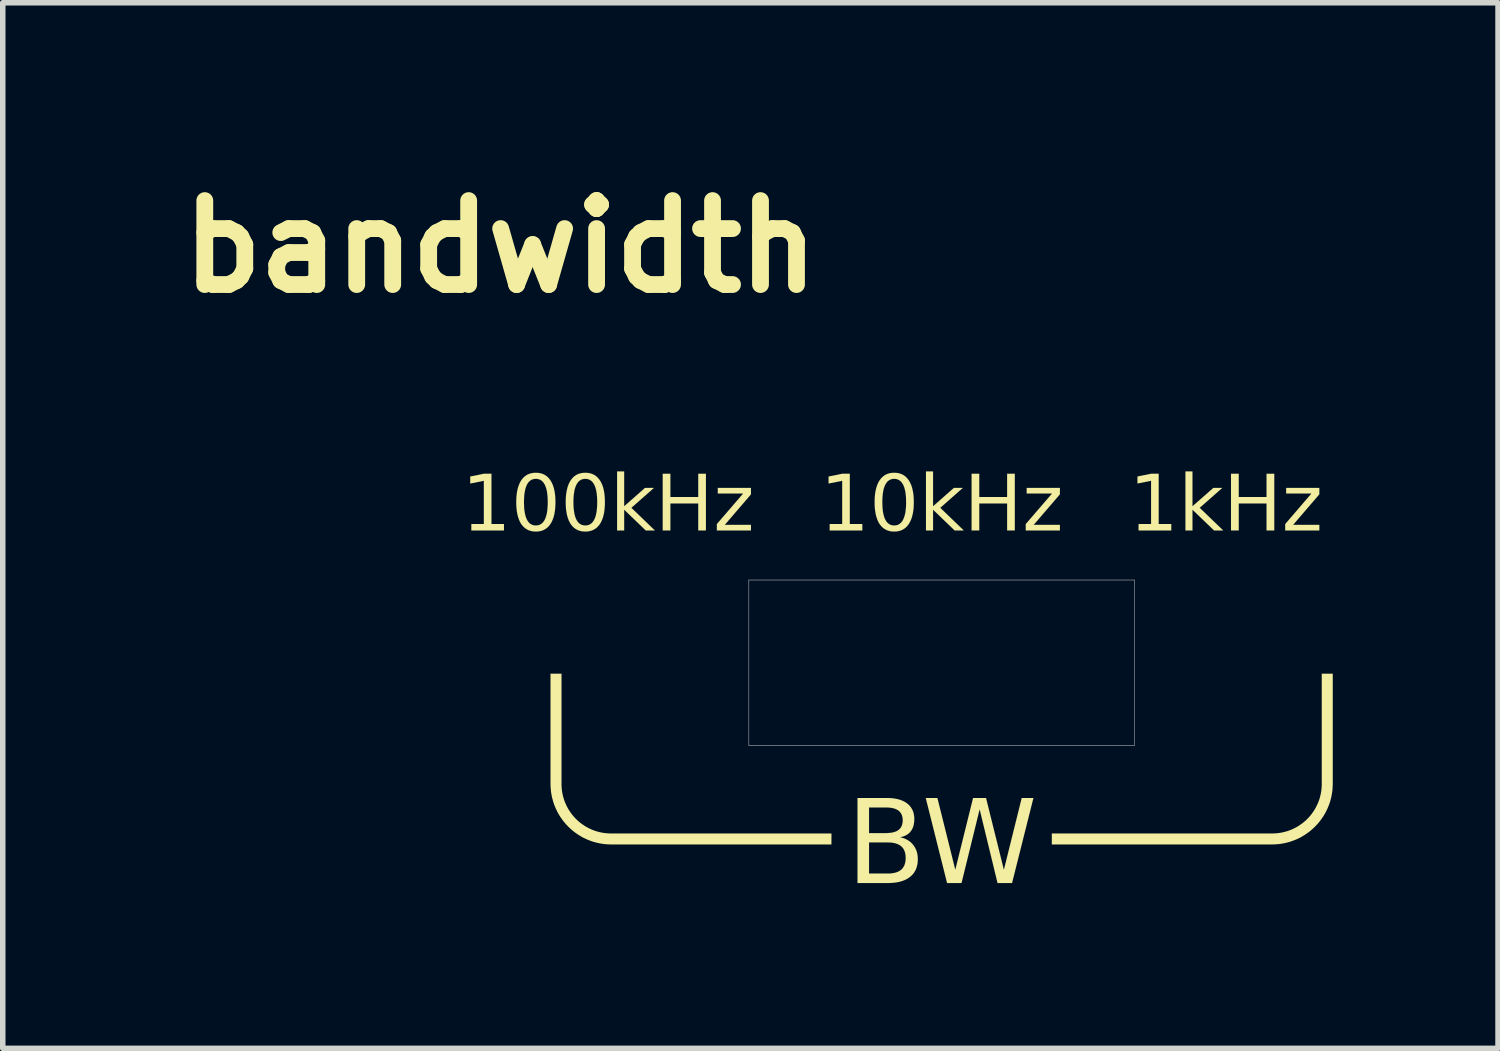
<source format=kicad_pcb>
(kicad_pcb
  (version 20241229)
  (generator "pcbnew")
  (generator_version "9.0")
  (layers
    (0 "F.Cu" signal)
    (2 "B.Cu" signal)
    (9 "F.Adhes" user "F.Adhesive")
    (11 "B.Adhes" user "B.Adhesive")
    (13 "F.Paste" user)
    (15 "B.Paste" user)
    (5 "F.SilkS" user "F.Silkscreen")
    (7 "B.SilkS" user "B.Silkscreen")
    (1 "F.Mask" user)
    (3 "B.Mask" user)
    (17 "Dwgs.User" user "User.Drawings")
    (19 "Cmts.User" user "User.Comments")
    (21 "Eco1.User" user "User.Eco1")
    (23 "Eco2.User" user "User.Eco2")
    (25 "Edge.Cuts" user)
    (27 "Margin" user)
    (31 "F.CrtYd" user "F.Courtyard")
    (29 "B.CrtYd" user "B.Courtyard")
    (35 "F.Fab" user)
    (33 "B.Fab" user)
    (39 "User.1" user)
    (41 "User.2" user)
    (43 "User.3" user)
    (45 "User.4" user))
  (footprint "bandwidth"
    (layer "F.Cu")
    (at 6.038 4.474)
    (property "Reference" "bandwidth" (at 0 -3.048 0) (layer "F.SilkS") (effects (font (size 1.524 1.524) (thickness 0.305))))
    (attr exclude_from_pos_files exclude_from_bom)
    (fp_poly (pts (xy 3.942 1.333) (xy 4.544 1.333) (xy 4.544 1.449) (xy 4.068 2.004) (xy 4.544 2.004) (xy 4.544 2.105) (xy 3.925 2.105) (xy 3.925 1.989) (xy 4.402 1.435) (xy 3.942 1.435) (xy 3.942 1.333)) (stroke (width 0.001) (type solid)) (fill yes) (layer "F.SilkS"))
    (fp_poly (pts (xy 9.549 1.333) (xy 10.152 1.333) (xy 10.152 1.449) (xy 9.675 2.004) (xy 10.152 2.004) (xy 10.152 2.105) (xy 9.532 2.105) (xy 9.532 1.989) (xy 10.009 1.435) (xy 9.549 1.435) (xy 9.549 1.333)) (stroke (width 0.001) (type solid)) (fill yes) (layer "F.SilkS"))
    (fp_poly (pts (xy 14.259 1.333) (xy 14.861 1.333) (xy 14.861 1.449) (xy 14.384 2.004) (xy 14.861 2.004) (xy 14.861 2.105) (xy 14.242 2.105) (xy 14.242 1.989) (xy 14.718 1.435) (xy 14.259 1.435) (xy 14.259 1.333)) (stroke (width 0.001) (type solid)) (fill yes) (layer "F.SilkS"))
    (fp_poly (pts (xy -0.532 1.988) (xy -0.305 1.988) (xy -0.305 1.203) (xy -0.552 1.253) (xy -0.552 1.126) (xy -0.306 1.076) (xy -0.167 1.076) (xy -0.167 1.988) (xy 0.06 1.988) (xy 0.06 2.105) (xy -0.532 2.105) (xy -0.532 1.988)) (stroke (width 0.001) (type solid)) (fill yes) (layer "F.SilkS"))
    (fp_poly (pts (xy 2.114 1.033) (xy 2.242 1.033) (xy 2.242 1.666) (xy 2.62 1.333) (xy 2.782 1.333) (xy 2.373 1.694) (xy 2.799 2.105) (xy 2.634 2.105) (xy 2.242 1.728) (xy 2.242 2.105) (xy 2.114 2.105) (xy 2.114 1.033)) (stroke (width 0.001) (type solid)) (fill yes) (layer "F.SilkS"))
    (fp_poly (pts (xy 5.973 1.988) (xy 6.2 1.988) (xy 6.2 1.203) (xy 5.953 1.253) (xy 5.953 1.126) (xy 6.199 1.076) (xy 6.338 1.076) (xy 6.338 1.988) (xy 6.565 1.988) (xy 6.565 2.105) (xy 5.973 2.105) (xy 5.973 1.988)) (stroke (width 0.001) (type solid)) (fill yes) (layer "F.SilkS"))
    (fp_poly (pts (xy 7.721 1.033) (xy 7.849 1.033) (xy 7.849 1.666) (xy 8.227 1.333) (xy 8.389 1.333) (xy 7.98 1.694) (xy 8.406 2.105) (xy 8.241 2.105) (xy 7.849 1.728) (xy 7.849 2.105) (xy 7.721 2.105) (xy 7.721 1.033)) (stroke (width 0.001) (type solid)) (fill yes) (layer "F.SilkS"))
    (fp_poly (pts (xy 11.58 1.988) (xy 11.807 1.988) (xy 11.807 1.203) (xy 11.56 1.253) (xy 11.56 1.126) (xy 11.806 1.076) (xy 11.945 1.076) (xy 11.945 1.988) (xy 12.173 1.988) (xy 12.173 2.105) (xy 11.58 2.105) (xy 11.58 1.988)) (stroke (width 0.001) (type solid)) (fill yes) (layer "F.SilkS"))
    (fp_poly (pts (xy 12.431 1.033) (xy 12.558 1.033) (xy 12.558 1.666) (xy 12.937 1.333) (xy 13.099 1.333) (xy 12.689 1.694) (xy 13.116 2.105) (xy 12.95 2.105) (xy 12.558 1.728) (xy 12.558 2.105) (xy 12.431 2.105) (xy 12.431 1.033)) (stroke (width 0.001) (type solid)) (fill yes) (layer "F.SilkS"))
    (fp_poly (pts (xy 2.942 1.076) (xy 3.081 1.076) (xy 3.081 1.498) (xy 3.587 1.498) (xy 3.587 1.076) (xy 3.726 1.076) (xy 3.726 2.105) (xy 3.587 2.105) (xy 3.587 1.615) (xy 3.081 1.615) (xy 3.081 2.105) (xy 2.942 2.105) (xy 2.942 1.076)) (stroke (width 0.001) (type solid)) (fill yes) (layer "F.SilkS"))
    (fp_poly (pts (xy 8.549 1.076) (xy 8.688 1.076) (xy 8.688 1.498) (xy 9.194 1.498) (xy 9.194 1.076) (xy 9.333 1.076) (xy 9.333 2.105) (xy 9.194 2.105) (xy 9.194 1.615) (xy 8.688 1.615) (xy 8.688 2.105) (xy 8.549 2.105) (xy 8.549 1.076)) (stroke (width 0.001) (type solid)) (fill yes) (layer "F.SilkS"))
    (fp_poly (pts (xy 13.258 1.076) (xy 13.398 1.076) (xy 13.398 1.498) (xy 13.903 1.498) (xy 13.903 1.076) (xy 14.043 1.076) (xy 14.043 2.105) (xy 13.903 2.105) (xy 13.903 1.615) (xy 13.398 1.615) (xy 13.398 2.105) (xy 13.258 2.105) (xy 13.258 1.076)) (stroke (width 0.001) (type solid)) (fill yes) (layer "F.SilkS"))
    (fp_poly (pts (xy 7.717 6.962) (xy 7.928 6.962) (xy 8.253 8.266) (xy 8.576 6.962) (xy 8.811 6.962) (xy 9.135 8.266) (xy 9.459 6.962) (xy 9.671 6.962) (xy 9.283 8.505) (xy 9.02 8.505) (xy 8.695 7.166) (xy 8.366 8.505) (xy 8.104 8.505) (xy 7.717 6.962)) (stroke (width 0.001) (type solid)) (fill yes) (layer "F.SilkS"))
    (fp_poly (pts (xy 0.905 4.705) (xy 0.905 6.705) (xy 0.906 6.73) (xy 0.906 6.755) (xy 0.908 6.779) (xy 0.91 6.804) (xy 0.912 6.828) (xy 0.915 6.852) (xy 0.919 6.876) (xy 0.923 6.9) (xy 0.927 6.923) (xy 0.932 6.947) (xy 0.938 6.97) (xy 0.944 6.993) (xy 0.95 7.016) (xy 0.957 7.039) (xy 0.965 7.061) (xy 0.972 7.083) (xy 0.981 7.105) (xy 0.99 7.127) (xy 0.999 7.149) (xy 1.009 7.17) (xy 1.019 7.191) (xy 1.029 7.212) (xy 1.04 7.233) (xy 1.052 7.253) (xy 1.064 7.273) (xy 1.076 7.293) (xy 1.089 7.312) (xy 1.102 7.331) (xy 1.115 7.35) (xy 1.129 7.369) (xy 1.143 7.387) (xy 1.158 7.405) (xy 1.173 7.423) (xy 1.188 7.44) (xy 1.204 7.457) (xy 1.22 7.474) (xy 1.236 7.49) (xy 1.253 7.506) (xy 1.27 7.522) (xy 1.287 7.537) (xy 1.305 7.552) (xy 1.323 7.567) (xy 1.341 7.581) (xy 1.36 7.595) (xy 1.379 7.608) (xy 1.398 7.621) (xy 1.417 7.634) (xy 1.437 7.646) (xy 1.457 7.658) (xy 1.477 7.67) (xy 1.498 7.681) (xy 1.519 7.691) (xy 1.54 7.701) (xy 1.561 7.711) (xy 1.583 7.72) (xy 1.605 7.729) (xy 1.627 7.738) (xy 1.649 7.745) (xy 1.671 7.753) (xy 1.694 7.76) (xy 1.717 7.766) (xy 1.74 7.772) (xy 1.763 7.778) (xy 1.787 7.783) (xy 1.81 7.787) (xy 1.834 7.791) (xy 1.858 7.795) (xy 1.882 7.798) (xy 1.906 7.8) (xy 1.931 7.802) (xy 1.955 7.804) (xy 1.98 7.804) (xy 2.005 7.805) (xy 6.005 7.805) (xy 6.005 7.605) (xy 2.005 7.605) (xy 1.98 7.605) (xy 1.955 7.604) (xy 1.931 7.602) (xy 1.907 7.6) (xy 1.883 7.597) (xy 1.859 7.594) (xy 1.835 7.589) (xy 1.812 7.585) (xy 1.788 7.579) (xy 1.765 7.573) (xy 1.743 7.567) (xy 1.72 7.56) (xy 1.698 7.552) (xy 1.676 7.544) (xy 1.654 7.535) (xy 1.633 7.525) (xy 1.612 7.516) (xy 1.591 7.505) (xy 1.57 7.494) (xy 1.55 7.483) (xy 1.53 7.471) (xy 1.511 7.458) (xy 1.492 7.445) (xy 1.473 7.432) (xy 1.454 7.418) (xy 1.436 7.404) (xy 1.419 7.389) (xy 1.401 7.374) (xy 1.384 7.358) (xy 1.368 7.342) (xy 1.352 7.326) (xy 1.336 7.309) (xy 1.321 7.291) (xy 1.306 7.274) (xy 1.292 7.256) (xy 1.278 7.237) (xy 1.265 7.218) (xy 1.252 7.199) (xy 1.239 7.18) (xy 1.227 7.16) (xy 1.216 7.14) (xy 1.205 7.119) (xy 1.194 7.098) (xy 1.185 7.077) (xy 1.175 7.056) (xy 1.166 7.034) (xy 1.158 7.012) (xy 1.15 6.99) (xy 1.143 6.967) (xy 1.137 6.945) (xy 1.131 6.922) (xy 1.125 6.898) (xy 1.121 6.875) (xy 1.116 6.851) (xy 1.113 6.827) (xy 1.11 6.803) (xy 1.108 6.779) (xy 1.106 6.754) (xy 1.105 6.73) (xy 1.105 6.705) (xy 1.105 4.705) (xy 0.905 4.705)) (stroke (width 0) (type solid)) (fill yes) (layer "F.SilkS"))
    (fp_poly (pts (xy 14.905 4.705) (xy 14.905 6.705) (xy 14.905 6.73) (xy 14.904 6.754) (xy 14.902 6.779) (xy 14.9 6.803) (xy 14.897 6.827) (xy 14.894 6.851) (xy 14.889 6.875) (xy 14.885 6.898) (xy 14.879 6.922) (xy 14.873 6.945) (xy 14.867 6.967) (xy 14.86 6.99) (xy 14.852 7.012) (xy 14.844 7.034) (xy 14.835 7.056) (xy 14.825 7.077) (xy 14.815 7.098) (xy 14.805 7.119) (xy 14.794 7.14) (xy 14.783 7.16) (xy 14.771 7.18) (xy 14.758 7.199) (xy 14.745 7.218) (xy 14.732 7.237) (xy 14.718 7.256) (xy 14.704 7.274) (xy 14.689 7.291) (xy 14.674 7.309) (xy 14.658 7.326) (xy 14.642 7.342) (xy 14.626 7.358) (xy 14.609 7.374) (xy 14.591 7.389) (xy 14.574 7.404) (xy 14.556 7.418) (xy 14.537 7.432) (xy 14.518 7.445) (xy 14.499 7.458) (xy 14.48 7.471) (xy 14.46 7.483) (xy 14.44 7.494) (xy 14.419 7.505) (xy 14.398 7.516) (xy 14.377 7.525) (xy 14.356 7.535) (xy 14.334 7.544) (xy 14.312 7.552) (xy 14.29 7.56) (xy 14.267 7.567) (xy 14.245 7.573) (xy 14.222 7.579) (xy 14.198 7.585) (xy 14.175 7.589) (xy 14.151 7.594) (xy 14.127 7.597) (xy 14.103 7.6) (xy 14.079 7.602) (xy 14.054 7.604) (xy 14.03 7.605) (xy 14.005 7.605) (xy 10.005 7.605) (xy 10.005 7.805) (xy 14.005 7.805) (xy 14.03 7.804) (xy 14.055 7.804) (xy 14.079 7.802) (xy 14.104 7.8) (xy 14.128 7.798) (xy 14.152 7.795) (xy 14.176 7.791) (xy 14.2 7.787) (xy 14.223 7.783) (xy 14.247 7.778) (xy 14.27 7.772) (xy 14.293 7.766) (xy 14.316 7.76) (xy 14.339 7.753) (xy 14.361 7.745) (xy 14.383 7.737) (xy 14.405 7.729) (xy 14.427 7.72) (xy 14.449 7.711) (xy 14.47 7.701) (xy 14.491 7.691) (xy 14.512 7.681) (xy 14.533 7.67) (xy 14.553 7.658) (xy 14.573 7.646) (xy 14.593 7.634) (xy 14.612 7.621) (xy 14.631 7.608) (xy 14.65 7.595) (xy 14.669 7.581) (xy 14.687 7.567) (xy 14.705 7.552) (xy 14.723 7.537) (xy 14.74 7.522) (xy 14.757 7.506) (xy 14.774 7.49) (xy 14.79 7.474) (xy 14.806 7.457) (xy 14.822 7.44) (xy 14.837 7.423) (xy 14.852 7.405) (xy 14.867 7.387) (xy 14.881 7.369) (xy 14.895 7.35) (xy 14.908 7.331) (xy 14.921 7.312) (xy 14.934 7.293) (xy 14.946 7.273) (xy 14.958 7.253) (xy 14.97 7.233) (xy 14.981 7.212) (xy 14.991 7.191) (xy 15.001 7.17) (xy 15.011 7.149) (xy 15.02 7.127) (xy 15.029 7.105) (xy 15.038 7.083) (xy 15.045 7.061) (xy 15.053 7.039) (xy 15.06 7.016) (xy 15.066 6.993) (xy 15.072 6.97) (xy 15.078 6.947) (xy 15.083 6.923) (xy 15.087 6.9) (xy 15.091 6.876) (xy 15.095 6.852) (xy 15.098 6.828) (xy 15.1 6.804) (xy 15.102 6.779) (xy 15.103 6.755) (xy 15.104 6.73) (xy 15.105 6.705) (xy 15.105 4.705) (xy 14.905 4.705)) (stroke (width 0) (type solid)) (fill yes) (layer "F.SilkS"))
    (fp_poly (pts (xy 6.687 7.768) (xy 6.687 7.599) (xy 6.996 7.599) (xy 7.026 7.598) (xy 7.054 7.596) (xy 7.08 7.593) (xy 7.106 7.59) (xy 7.129 7.584) (xy 7.151 7.578) (xy 7.171 7.571) (xy 7.19 7.562) (xy 7.207 7.553) (xy 7.223 7.542) (xy 7.239 7.528) (xy 7.253 7.513) (xy 7.265 7.497) (xy 7.275 7.478) (xy 7.284 7.459) (xy 7.29 7.438) (xy 7.295 7.415) (xy 7.298 7.391) (xy 7.299 7.366) (xy 7.298 7.341) (xy 7.295 7.317) (xy 7.29 7.295) (xy 7.284 7.274) (xy 7.275 7.254) (xy 7.265 7.237) (xy 7.253 7.22) (xy 7.239 7.205) (xy 7.223 7.191) (xy 7.207 7.18) (xy 7.19 7.171) (xy 7.171 7.162) (xy 7.151 7.154) (xy 7.129 7.148) (xy 7.106 7.143) (xy 7.08 7.139) (xy 7.054 7.136) (xy 7.026 7.134) (xy 6.996 7.134) (xy 6.687 7.134) (xy 6.687 7.599) (xy 6.687 7.768) (xy 6.478 6.962) (xy 7.011 6.962) (xy 7.041 6.962) (xy 7.069 6.963) (xy 7.097 6.965) (xy 7.124 6.968) (xy 7.15 6.972) (xy 7.175 6.976) (xy 7.199 6.981) (xy 7.223 6.987) (xy 7.245 6.993) (xy 7.267 7.001) (xy 7.288 7.009) (xy 7.308 7.018) (xy 7.327 7.027) (xy 7.345 7.038) (xy 7.363 7.049) (xy 7.379 7.061) (xy 7.397 7.076) (xy 7.413 7.091) (xy 7.429 7.108) (xy 7.442 7.125) (xy 7.455 7.143) (xy 7.466 7.162) (xy 7.476 7.181) (xy 7.485 7.202) (xy 7.492 7.223) (xy 7.498 7.246) (xy 7.502 7.269) (xy 7.506 7.293) (xy 7.508 7.318) (xy 7.508 7.343) (xy 7.508 7.371) (xy 7.506 7.398) (xy 7.502 7.423) (xy 7.498 7.447) (xy 7.492 7.47) (xy 7.485 7.492) (xy 7.476 7.513) (xy 7.466 7.533) (xy 7.455 7.551) (xy 7.442 7.569) (xy 7.427 7.586) (xy 7.41 7.603) (xy 7.391 7.617) (xy 7.371 7.631) (xy 7.35 7.642) (xy 7.327 7.652) (xy 7.302 7.661) (xy 7.276 7.668) (xy 7.248 7.673) (xy 7.273 7.679) (xy 7.297 7.686) (xy 7.321 7.694) (xy 7.343 7.703) (xy 7.364 7.713) (xy 7.385 7.724) (xy 7.404 7.736) (xy 7.423 7.749) (xy 7.44 7.763) (xy 7.457 7.778) (xy 7.472 7.794) (xy 7.487 7.812) (xy 7.5 7.829) (xy 7.513 7.848) (xy 7.524 7.867) (xy 7.534 7.887) (xy 7.543 7.908) (xy 7.551 7.929) (xy 7.558 7.951) (xy 7.563 7.974) (xy 7.567 7.998) (xy 7.57 8.022) (xy 7.572 8.047) (xy 7.572 8.073) (xy 7.572 8.1) (xy 7.57 8.126) (xy 7.567 8.152) (xy 7.562 8.177) (xy 7.557 8.2) (xy 7.55 8.223) (xy 7.542 8.245) (xy 7.533 8.267) (xy 7.522 8.287) (xy 7.51 8.307) (xy 7.497 8.326) (xy 7.483 8.344) (xy 7.467 8.361) (xy 7.45 8.377) (xy 7.432 8.392) (xy 7.415 8.405) (xy 7.397 8.417) (xy 7.379 8.429) (xy 7.359 8.439) (xy 7.339 8.449) (xy 7.318 8.458) (xy 7.296 8.466) (xy 7.273 8.473) (xy 7.25 8.48) (xy 7.225 8.486) (xy 7.2 8.491) (xy 7.174 8.495) (xy 7.147 8.499) (xy 7.12 8.501) (xy 7.091 8.503) (xy 7.062 8.505) (xy 7.032 8.505) (xy 6.478 8.505) (xy 6.478 6.962) (xy 6.687 7.768) (xy 6.687 8.333) (xy 7.022 8.333) (xy 7.052 8.333) (xy 7.08 8.331) (xy 7.107 8.328) (xy 7.133 8.324) (xy 7.157 8.319) (xy 7.179 8.313) (xy 7.2 8.305) (xy 7.22 8.297) (xy 7.238 8.287) (xy 7.255 8.276) (xy 7.271 8.264) (xy 7.286 8.249) (xy 7.3 8.233) (xy 7.312 8.215) (xy 7.323 8.196) (xy 7.332 8.176) (xy 7.339 8.153) (xy 7.345 8.13) (xy 7.349 8.105) (xy 7.352 8.078) (xy 7.352 8.05) (xy 7.352 8.022) (xy 7.349 7.995) (xy 7.345 7.97) (xy 7.339 7.947) (xy 7.332 7.925) (xy 7.323 7.904) (xy 7.312 7.885) (xy 7.3 7.868) (xy 7.286 7.852) (xy 7.271 7.837) (xy 7.255 7.825) (xy 7.238 7.814) (xy 7.22 7.805) (xy 7.2 7.796) (xy 7.179 7.789) (xy 7.157 7.782) (xy 7.133 7.777) (xy 7.107 7.773) (xy 7.08 7.77) (xy 7.052 7.769) (xy 7.022 7.768) (xy 6.687 7.768)) (stroke (width 0.001) (type solid)) (fill yes) (layer "F.SilkS"))
    (fp_poly (pts (xy 0.639 1.168) (xy 0.639 1.058) (xy 0.665 1.059) (xy 0.69 1.061) (xy 0.714 1.065) (xy 0.738 1.071) (xy 0.76 1.078) (xy 0.781 1.087) (xy 0.801 1.097) (xy 0.821 1.11) (xy 0.839 1.123) (xy 0.857 1.139) (xy 0.873 1.156) (xy 0.888 1.175) (xy 0.903 1.195) (xy 0.913 1.211) (xy 0.923 1.229) (xy 0.932 1.247) (xy 0.941 1.266) (xy 0.949 1.286) (xy 0.956 1.307) (xy 0.963 1.328) (xy 0.969 1.351) (xy 0.974 1.374) (xy 0.979 1.398) (xy 0.983 1.423) (xy 0.987 1.449) (xy 0.989 1.476) (xy 0.992 1.504) (xy 0.993 1.532) (xy 0.994 1.561) (xy 0.995 1.592) (xy 0.994 1.622) (xy 0.993 1.651) (xy 0.992 1.68) (xy 0.989 1.707) (xy 0.987 1.734) (xy 0.983 1.76) (xy 0.979 1.785) (xy 0.974 1.809) (xy 0.969 1.832) (xy 0.963 1.855) (xy 0.956 1.876) (xy 0.949 1.897) (xy 0.941 1.917) (xy 0.932 1.936) (xy 0.923 1.955) (xy 0.913 1.972) (xy 0.903 1.989) (xy 0.888 2.009) (xy 0.873 2.027) (xy 0.857 2.044) (xy 0.839 2.06) (xy 0.821 2.073) (xy 0.801 2.085) (xy 0.781 2.096) (xy 0.76 2.105) (xy 0.738 2.112) (xy 0.714 2.118) (xy 0.69 2.122) (xy 0.665 2.124) (xy 0.639 2.125) (xy 0.613 2.124) (xy 0.588 2.122) (xy 0.564 2.118) (xy 0.54 2.112) (xy 0.518 2.105) (xy 0.497 2.096) (xy 0.476 2.085) (xy 0.457 2.073) (xy 0.439 2.06) (xy 0.421 2.044) (xy 0.405 2.027) (xy 0.389 2.009) (xy 0.374 1.989) (xy 0.364 1.972) (xy 0.354 1.955) (xy 0.345 1.936) (xy 0.337 1.917) (xy 0.329 1.897) (xy 0.322 1.876) (xy 0.315 1.855) (xy 0.309 1.832) (xy 0.304 1.809) (xy 0.299 1.785) (xy 0.295 1.76) (xy 0.291 1.734) (xy 0.289 1.707) (xy 0.286 1.68) (xy 0.285 1.651) (xy 0.284 1.622) (xy 0.283 1.592) (xy 0.284 1.561) (xy 0.285 1.532) (xy 0.286 1.504) (xy 0.289 1.476) (xy 0.291 1.449) (xy 0.295 1.423) (xy 0.299 1.398) (xy 0.304 1.374) (xy 0.309 1.351) (xy 0.315 1.328) (xy 0.322 1.307) (xy 0.329 1.286) (xy 0.337 1.266) (xy 0.345 1.247) (xy 0.354 1.229) (xy 0.364 1.211) (xy 0.374 1.195) (xy 0.389 1.175) (xy 0.405 1.156) (xy 0.421 1.139) (xy 0.439 1.123) (xy 0.457 1.11) (xy 0.476 1.097) (xy 0.497 1.087) (xy 0.518 1.078) (xy 0.54 1.071) (xy 0.564 1.065) (xy 0.588 1.061) (xy 0.613 1.059) (xy 0.639 1.058) (xy 0.639 1.168) (xy 0.616 1.169) (xy 0.594 1.173) (xy 0.573 1.18) (xy 0.554 1.189) (xy 0.536 1.201) (xy 0.519 1.215) (xy 0.504 1.232) (xy 0.49 1.252) (xy 0.477 1.274) (xy 0.469 1.291) (xy 0.462 1.309) (xy 0.455 1.328) (xy 0.449 1.349) (xy 0.444 1.371) (xy 0.439 1.394) (xy 0.435 1.419) (xy 0.431 1.444) (xy 0.428 1.471) (xy 0.426 1.499) (xy 0.425 1.529) (xy 0.424 1.56) (xy 0.423 1.592) (xy 0.424 1.624) (xy 0.425 1.654) (xy 0.426 1.684) (xy 0.428 1.712) (xy 0.431 1.739) (xy 0.435 1.764) (xy 0.439 1.789) (xy 0.444 1.812) (xy 0.449 1.834) (xy 0.455 1.855) (xy 0.462 1.874) (xy 0.469 1.892) (xy 0.477 1.909) (xy 0.49 1.931) (xy 0.504 1.951) (xy 0.519 1.968) (xy 0.536 1.982) (xy 0.554 1.994) (xy 0.573 2.003) (xy 0.594 2.01) (xy 0.616 2.013) (xy 0.639 2.015) (xy 0.662 2.013) (xy 0.684 2.01) (xy 0.705 2.003) (xy 0.724 1.994) (xy 0.742 1.982) (xy 0.759 1.968) (xy 0.774 1.951) (xy 0.788 1.931) (xy 0.801 1.909) (xy 0.809 1.892) (xy 0.816 1.874) (xy 0.823 1.855) (xy 0.829 1.834) (xy 0.835 1.812) (xy 0.84 1.789) (xy 0.844 1.764) (xy 0.847 1.739) (xy 0.85 1.712) (xy 0.852 1.684) (xy 0.854 1.654) (xy 0.855 1.624) (xy 0.855 1.592) (xy 0.855 1.56) (xy 0.854 1.529) (xy 0.852 1.499) (xy 0.85 1.471) (xy 0.847 1.444) (xy 0.844 1.419) (xy 0.84 1.394) (xy 0.835 1.371) (xy 0.829 1.349) (xy 0.823 1.328) (xy 0.816 1.309) (xy 0.809 1.291) (xy 0.801 1.274) (xy 0.788 1.252) (xy 0.774 1.232) (xy 0.759 1.215) (xy 0.742 1.201) (xy 0.724 1.189) (xy 0.705 1.18) (xy 0.684 1.173) (xy 0.662 1.169) (xy 0.639 1.168)) (stroke (width 0.001) (type solid)) (fill yes) (layer "F.SilkS"))
    (fp_poly (pts (xy 1.537 1.168) (xy 1.537 1.058) (xy 1.563 1.059) (xy 1.588 1.061) (xy 1.612 1.065) (xy 1.635 1.071) (xy 1.658 1.078) (xy 1.679 1.087) (xy 1.699 1.097) (xy 1.719 1.11) (xy 1.737 1.123) (xy 1.754 1.139) (xy 1.771 1.156) (xy 1.786 1.175) (xy 1.801 1.195) (xy 1.811 1.211) (xy 1.821 1.229) (xy 1.83 1.247) (xy 1.839 1.266) (xy 1.847 1.286) (xy 1.854 1.307) (xy 1.861 1.328) (xy 1.867 1.351) (xy 1.872 1.374) (xy 1.877 1.398) (xy 1.881 1.423) (xy 1.884 1.449) (xy 1.887 1.476) (xy 1.889 1.504) (xy 1.891 1.532) (xy 1.892 1.561) (xy 1.892 1.592) (xy 1.892 1.622) (xy 1.891 1.651) (xy 1.889 1.68) (xy 1.887 1.707) (xy 1.884 1.734) (xy 1.881 1.76) (xy 1.877 1.785) (xy 1.872 1.809) (xy 1.867 1.832) (xy 1.861 1.855) (xy 1.854 1.876) (xy 1.847 1.897) (xy 1.839 1.917) (xy 1.83 1.936) (xy 1.821 1.955) (xy 1.811 1.972) (xy 1.801 1.989) (xy 1.786 2.009) (xy 1.771 2.027) (xy 1.754 2.044) (xy 1.737 2.06) (xy 1.719 2.073) (xy 1.699 2.085) (xy 1.679 2.096) (xy 1.658 2.105) (xy 1.635 2.112) (xy 1.612 2.118) (xy 1.588 2.122) (xy 1.563 2.124) (xy 1.537 2.125) (xy 1.511 2.124) (xy 1.486 2.122) (xy 1.461 2.118) (xy 1.438 2.112) (xy 1.416 2.105) (xy 1.394 2.096) (xy 1.374 2.085) (xy 1.355 2.073) (xy 1.336 2.06) (xy 1.319 2.044) (xy 1.302 2.027) (xy 1.287 2.009) (xy 1.272 1.989) (xy 1.262 1.972) (xy 1.252 1.955) (xy 1.243 1.936) (xy 1.234 1.917) (xy 1.227 1.897) (xy 1.219 1.876) (xy 1.213 1.855) (xy 1.207 1.832) (xy 1.201 1.809) (xy 1.197 1.785) (xy 1.193 1.76) (xy 1.189 1.734) (xy 1.186 1.707) (xy 1.184 1.68) (xy 1.183 1.651) (xy 1.182 1.622) (xy 1.181 1.592) (xy 1.182 1.561) (xy 1.183 1.532) (xy 1.184 1.504) (xy 1.186 1.476) (xy 1.189 1.449) (xy 1.193 1.423) (xy 1.197 1.398) (xy 1.201 1.374) (xy 1.207 1.351) (xy 1.213 1.328) (xy 1.219 1.307) (xy 1.227 1.286) (xy 1.234 1.266) (xy 1.243 1.247) (xy 1.252 1.229) (xy 1.262 1.211) (xy 1.272 1.195) (xy 1.287 1.175) (xy 1.302 1.156) (xy 1.319 1.139) (xy 1.336 1.123) (xy 1.355 1.11) (xy 1.374 1.097) (xy 1.394 1.087) (xy 1.416 1.078) (xy 1.438 1.071) (xy 1.461 1.065) (xy 1.486 1.061) (xy 1.511 1.059) (xy 1.537 1.058) (xy 1.537 1.168) (xy 1.514 1.169) (xy 1.492 1.173) (xy 1.471 1.18) (xy 1.452 1.189) (xy 1.434 1.201) (xy 1.417 1.215) (xy 1.402 1.232) (xy 1.388 1.252) (xy 1.375 1.274) (xy 1.367 1.291) (xy 1.36 1.309) (xy 1.353 1.328) (xy 1.347 1.349) (xy 1.341 1.371) (xy 1.337 1.394) (xy 1.333 1.419) (xy 1.329 1.444) (xy 1.326 1.471) (xy 1.324 1.499) (xy 1.322 1.529) (xy 1.321 1.56) (xy 1.321 1.592) (xy 1.321 1.624) (xy 1.322 1.654) (xy 1.324 1.684) (xy 1.326 1.712) (xy 1.329 1.739) (xy 1.333 1.764) (xy 1.337 1.789) (xy 1.341 1.812) (xy 1.347 1.834) (xy 1.353 1.855) (xy 1.36 1.874) (xy 1.367 1.892) (xy 1.375 1.909) (xy 1.388 1.931) (xy 1.402 1.951) (xy 1.417 1.968) (xy 1.434 1.982) (xy 1.452 1.994) (xy 1.471 2.003) (xy 1.492 2.01) (xy 1.514 2.013) (xy 1.537 2.015) (xy 1.56 2.013) (xy 1.582 2.01) (xy 1.603 2.003) (xy 1.622 1.994) (xy 1.64 1.982) (xy 1.657 1.968) (xy 1.672 1.951) (xy 1.686 1.931) (xy 1.699 1.909) (xy 1.707 1.892) (xy 1.714 1.874) (xy 1.721 1.855) (xy 1.727 1.834) (xy 1.733 1.812) (xy 1.737 1.789) (xy 1.742 1.764) (xy 1.745 1.739) (xy 1.748 1.712) (xy 1.75 1.684) (xy 1.752 1.654) (xy 1.753 1.624) (xy 1.753 1.592) (xy 1.753 1.56) (xy 1.752 1.529) (xy 1.75 1.499) (xy 1.748 1.471) (xy 1.745 1.444) (xy 1.742 1.419) (xy 1.737 1.394) (xy 1.733 1.371) (xy 1.727 1.349) (xy 1.721 1.328) (xy 1.714 1.309) (xy 1.707 1.291) (xy 1.699 1.274) (xy 1.686 1.252) (xy 1.672 1.232) (xy 1.657 1.215) (xy 1.64 1.201) (xy 1.622 1.189) (xy 1.603 1.18) (xy 1.582 1.173) (xy 1.56 1.169) (xy 1.537 1.168)) (stroke (width 0.001) (type solid)) (fill yes) (layer "F.SilkS"))
    (fp_poly (pts (xy 7.144 1.168) (xy 7.144 1.058) (xy 7.17 1.059) (xy 7.195 1.061) (xy 7.22 1.065) (xy 7.243 1.071) (xy 7.265 1.078) (xy 7.286 1.087) (xy 7.307 1.097) (xy 7.326 1.11) (xy 7.344 1.123) (xy 7.362 1.139) (xy 7.378 1.156) (xy 7.393 1.175) (xy 7.408 1.195) (xy 7.418 1.211) (xy 7.428 1.229) (xy 7.437 1.247) (xy 7.446 1.266) (xy 7.454 1.286) (xy 7.461 1.307) (xy 7.468 1.328) (xy 7.474 1.351) (xy 7.479 1.374) (xy 7.484 1.398) (xy 7.488 1.423) (xy 7.492 1.449) (xy 7.495 1.476) (xy 7.497 1.504) (xy 7.498 1.532) (xy 7.499 1.561) (xy 7.5 1.592) (xy 7.499 1.622) (xy 7.498 1.651) (xy 7.497 1.68) (xy 7.495 1.707) (xy 7.492 1.734) (xy 7.488 1.76) (xy 7.484 1.785) (xy 7.479 1.809) (xy 7.474 1.832) (xy 7.468 1.855) (xy 7.461 1.876) (xy 7.454 1.897) (xy 7.446 1.917) (xy 7.437 1.936) (xy 7.428 1.955) (xy 7.418 1.972) (xy 7.408 1.989) (xy 7.393 2.009) (xy 7.378 2.027) (xy 7.362 2.044) (xy 7.344 2.06) (xy 7.326 2.073) (xy 7.307 2.085) (xy 7.286 2.096) (xy 7.265 2.105) (xy 7.243 2.112) (xy 7.22 2.118) (xy 7.195 2.122) (xy 7.17 2.124) (xy 7.144 2.125) (xy 7.118 2.124) (xy 7.093 2.122) (xy 7.069 2.118) (xy 7.045 2.112) (xy 7.023 2.105) (xy 7.002 2.096) (xy 6.981 2.085) (xy 6.962 2.073) (xy 6.944 2.06) (xy 6.926 2.044) (xy 6.91 2.027) (xy 6.894 2.009) (xy 6.879 1.989) (xy 6.869 1.972) (xy 6.859 1.955) (xy 6.85 1.936) (xy 6.842 1.917) (xy 6.834 1.897) (xy 6.827 1.876) (xy 6.82 1.855) (xy 6.814 1.832) (xy 6.809 1.809) (xy 6.804 1.785) (xy 6.8 1.76) (xy 6.796 1.734) (xy 6.794 1.707) (xy 6.791 1.68) (xy 6.79 1.651) (xy 6.789 1.622) (xy 6.789 1.592) (xy 6.789 1.561) (xy 6.79 1.532) (xy 6.791 1.504) (xy 6.794 1.476) (xy 6.796 1.449) (xy 6.8 1.423) (xy 6.804 1.398) (xy 6.809 1.374) (xy 6.814 1.351) (xy 6.82 1.328) (xy 6.827 1.307) (xy 6.834 1.286) (xy 6.842 1.266) (xy 6.85 1.247) (xy 6.859 1.229) (xy 6.869 1.211) (xy 6.879 1.195) (xy 6.894 1.175) (xy 6.91 1.156) (xy 6.926 1.139) (xy 6.944 1.123) (xy 6.962 1.11) (xy 6.981 1.097) (xy 7.002 1.087) (xy 7.023 1.078) (xy 7.045 1.071) (xy 7.069 1.065) (xy 7.093 1.061) (xy 7.118 1.059) (xy 7.144 1.058) (xy 7.144 1.168) (xy 7.121 1.169) (xy 7.099 1.173) (xy 7.078 1.18) (xy 7.059 1.189) (xy 7.041 1.201) (xy 7.024 1.215) (xy 7.009 1.232) (xy 6.995 1.252) (xy 6.982 1.274) (xy 6.974 1.291) (xy 6.967 1.309) (xy 6.96 1.328) (xy 6.954 1.349) (xy 6.949 1.371) (xy 6.944 1.394) (xy 6.94 1.419) (xy 6.936 1.444) (xy 6.934 1.471) (xy 6.931 1.499) (xy 6.93 1.529) (xy 6.929 1.56) (xy 6.928 1.592) (xy 6.929 1.624) (xy 6.93 1.654) (xy 6.931 1.684) (xy 6.934 1.712) (xy 6.936 1.739) (xy 6.94 1.764) (xy 6.944 1.789) (xy 6.949 1.812) (xy 6.954 1.834) (xy 6.96 1.855) (xy 6.967 1.874) (xy 6.974 1.892) (xy 6.982 1.909) (xy 6.995 1.931) (xy 7.009 1.951) (xy 7.024 1.968) (xy 7.041 1.982) (xy 7.059 1.994) (xy 7.078 2.003) (xy 7.099 2.01) (xy 7.121 2.013) (xy 7.144 2.015) (xy 7.167 2.013) (xy 7.189 2.01) (xy 7.21 2.003) (xy 7.229 1.994) (xy 7.247 1.982) (xy 7.264 1.968) (xy 7.279 1.951) (xy 7.293 1.931) (xy 7.306 1.909) (xy 7.314 1.892) (xy 7.321 1.874) (xy 7.328 1.855) (xy 7.334 1.834) (xy 7.34 1.812) (xy 7.345 1.789) (xy 7.349 1.764) (xy 7.352 1.739) (xy 7.355 1.712) (xy 7.358 1.684) (xy 7.359 1.654) (xy 7.36 1.624) (xy 7.36 1.592) (xy 7.36 1.56) (xy 7.359 1.529) (xy 7.358 1.499) (xy 7.355 1.471) (xy 7.352 1.444) (xy 7.349 1.419) (xy 7.345 1.394) (xy 7.34 1.371) (xy 7.334 1.349) (xy 7.328 1.328) (xy 7.321 1.309) (xy 7.314 1.291) (xy 7.306 1.274) (xy 7.293 1.252) (xy 7.279 1.232) (xy 7.264 1.215) (xy 7.247 1.201) (xy 7.229 1.189) (xy 7.21 1.18) (xy 7.189 1.173) (xy 7.167 1.169) (xy 7.144 1.168)) (stroke (width 0.001) (type solid)) (fill yes) (layer "F.SilkS"))
    (fp_line (start 4.505 3.005) (end 4.505 6.005) (stroke (width 0.01) (type solid)) (layer "F.Fab"))
    (fp_line (start 4.505 6.005) (end 11.505 6.005) (stroke (width 0.01) (type solid)) (layer "F.Fab"))
    (fp_line (start 11.505 3.005) (end 4.505 3.005) (stroke (width 0.01) (type solid)) (layer "F.Fab"))
    (fp_line (start 11.505 6.005) (end 11.505 3.005) (stroke (width 0.01) (type solid)) (layer "F.Fab")))
  (gr_rect
    (start -3 -3)
    (end 24.143 15.98)
    (stroke (width 0.1) (type default))
    (fill no)
    (layer "Edge.Cuts")))
</source>
